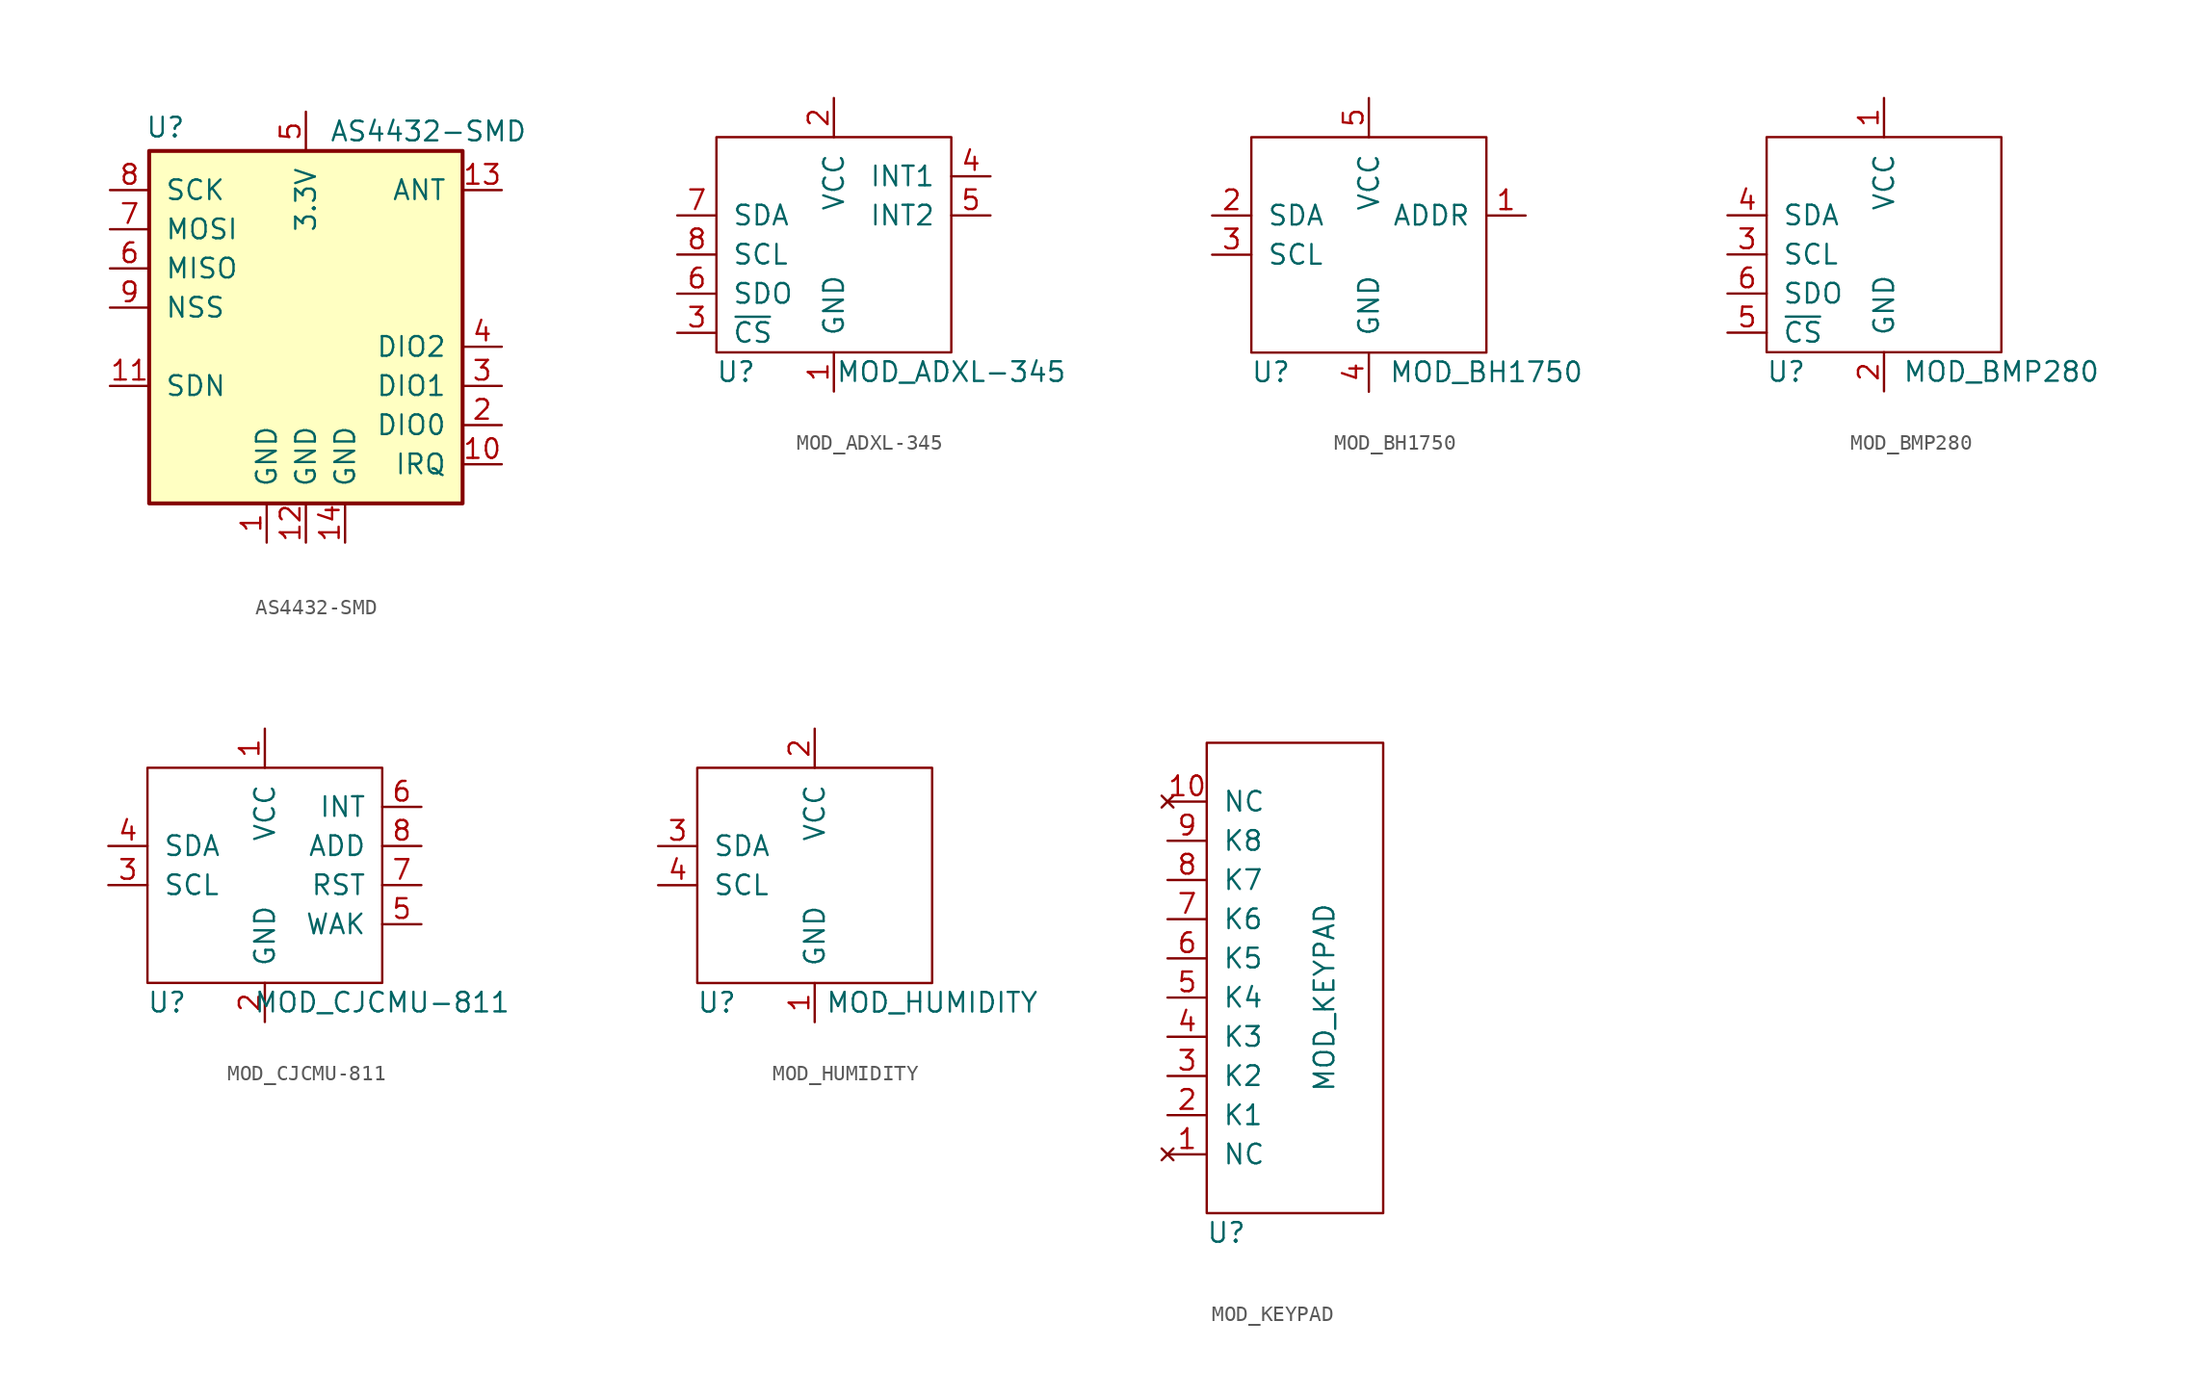
<source format=kicad_sym>
(kicad_symbol_lib
  (version 20211014)
  (generator kicad_symbol_editor)
  (symbol "AS4432-SMD"
    (pin_names
      (offset 1.016))
    (property "Reference" "U"
      (at -10.414 11.684 0)
      (effects (font (size 1.27 1.27)) (justify left)))
    (property "Value" "AS4432-SMD"
      (at 1.524 11.43 0)
      (effects (font (size 1.27 1.27)) (justify left)))
    (symbol "AS4432-SMD_0_1"
      (rectangle (start -10.16 10.16) (end 10.16 -12.7) (stroke (width 0.254) (type default) (color 0 0 0 0)) (fill (type background))))
    (symbol "AS4432-SMD_1_1"
      (pin power_in line (at -2.54 -15.24 90) (length 2.54) (name "GND" (effects (font (size 1.27 1.27)))) (number "1" (effects (font (size 1.27 1.27)))))
      (pin input line (at 12.7 -10.16 180) (length 2.54) (name "IRQ" (effects (font (size 1.27 1.27)))) (number "10" (effects (font (size 1.27 1.27)))))
      (pin bidirectional line (at -12.7 -5.08 0) (length 2.54) (name "SDN" (effects (font (size 1.27 1.27)))) (number "11" (effects (font (size 1.27 1.27)))))
      (pin power_in line (at 0 -15.24 90) (length 2.54) (name "GND" (effects (font (size 1.27 1.27)))) (number "12" (effects (font (size 1.27 1.27)))))
      (pin bidirectional line (at 12.7 7.62 180) (length 2.54) (name "ANT" (effects (font (size 1.27 1.27)))) (number "13" (effects (font (size 1.27 1.27)))))
      (pin power_in line (at 2.54 -15.24 90) (length 2.54) (name "GND" (effects (font (size 1.27 1.27)))) (number "14" (effects (font (size 1.27 1.27)))))
      (pin bidirectional line (at 12.7 -7.62 180) (length 2.54) (name "DIO0" (effects (font (size 1.27 1.27)))) (number "2" (effects (font (size 1.27 1.27)))))
      (pin bidirectional line (at 12.7 -5.08 180) (length 2.54) (name "DIO1" (effects (font (size 1.27 1.27)))) (number "3" (effects (font (size 1.27 1.27)))))
      (pin bidirectional line (at 12.7 -2.54 180) (length 2.54) (name "DIO2" (effects (font (size 1.27 1.27)))) (number "4" (effects (font (size 1.27 1.27)))))
      (pin power_in line (at 0 12.7 270) (length 2.54) (name "3.3V" (effects (font (size 1.27 1.27)))) (number "5" (effects (font (size 1.27 1.27)))))
      (pin output line (at -12.7 2.54 0) (length 2.54) (name "MISO" (effects (font (size 1.27 1.27)))) (number "6" (effects (font (size 1.27 1.27)))))
      (pin input line (at -12.7 5.08 0) (length 2.54) (name "MOSI" (effects (font (size 1.27 1.27)))) (number "7" (effects (font (size 1.27 1.27)))))
      (pin input line (at -12.7 7.62 0) (length 2.54) (name "SCK" (effects (font (size 1.27 1.27)))) (number "8" (effects (font (size 1.27 1.27)))))
      (pin input line (at -12.7 0 0) (length 2.54) (name "NSS" (effects (font (size 1.27 1.27)))) (number "9" (effects (font (size 1.27 1.27)))))))
  (symbol "MOD_ADXL-345"
    (pin_names
      (offset 1.016))
    (property "Reference" "U"
      (at -6.35 -8.89 0)
      (effects (font (size 1.27 1.27))))
    (property "Value" "MOD_ADXL-345"
      (at 7.62 -8.89 0)
      (effects (font (size 1.27 1.27))))
    (symbol "MOD_ADXL-345_0_1"
      (rectangle (start -7.62 6.35) (end 7.62 -7.62) (stroke (width 0) (type default) (color 0 0 0 0)) (fill (type none))))
    (symbol "MOD_ADXL-345_1_1"
      (pin power_in line (at 0 -10.16 90) (length 2.54) (name "GND" (effects (font (size 1.27 1.27)))) (number "1" (effects (font (size 1.27 1.27)))))
      (pin power_in line (at 0 8.89 270) (length 2.54) (name "VCC" (effects (font (size 1.27 1.27)))) (number "2" (effects (font (size 1.27 1.27)))))
      (pin bidirectional line (at -10.16 -6.35 0) (length 2.54) (name "~{CS}" (effects (font (size 1.27 1.27)))) (number "3" (effects (font (size 1.27 1.27)))))
      (pin bidirectional line (at 10.16 3.81 180) (length 2.54) (name "INT1" (effects (font (size 1.27 1.27)))) (number "4" (effects (font (size 1.27 1.27)))))
      (pin bidirectional line (at 10.16 1.27 180) (length 2.54) (name "INT2" (effects (font (size 1.27 1.27)))) (number "5" (effects (font (size 1.27 1.27)))))
      (pin bidirectional line (at -10.16 -3.81 0) (length 2.54) (name "SDO" (effects (font (size 1.27 1.27)))) (number "6" (effects (font (size 1.27 1.27)))))
      (pin bidirectional line (at -10.16 1.27 0) (length 2.54) (name "SDA" (effects (font (size 1.27 1.27)))) (number "7" (effects (font (size 1.27 1.27)))))
      (pin bidirectional line (at -10.16 -1.27 0) (length 2.54) (name "SCL" (effects (font (size 1.27 1.27)))) (number "8" (effects (font (size 1.27 1.27)))))))
  (symbol "MOD_BH1750"
    (pin_names
      (offset 1.016))
    (property "Reference" "U"
      (at -6.35 -8.89 0)
      (effects (font (size 1.27 1.27))))
    (property "Value" "MOD_BH1750"
      (at 7.62 -8.89 0)
      (effects (font (size 1.27 1.27))))
    (symbol "MOD_BH1750_0_1"
      (rectangle (start -7.62 6.35) (end 7.62 -7.62) (stroke (width 0) (type default) (color 0 0 0 0)) (fill (type none))))
    (symbol "MOD_BH1750_1_1"
      (pin input line (at 10.16 1.27 180) (length 2.54) (name "ADDR" (effects (font (size 1.27 1.27)))) (number "1" (effects (font (size 1.27 1.27)))))
      (pin bidirectional line (at -10.16 1.27 0) (length 2.54) (name "SDA" (effects (font (size 1.27 1.27)))) (number "2" (effects (font (size 1.27 1.27)))))
      (pin bidirectional line (at -10.16 -1.27 0) (length 2.54) (name "SCL" (effects (font (size 1.27 1.27)))) (number "3" (effects (font (size 1.27 1.27)))))
      (pin power_in line (at 0 -10.16 90) (length 2.54) (name "GND" (effects (font (size 1.27 1.27)))) (number "4" (effects (font (size 1.27 1.27)))))
      (pin power_in line (at 0 8.89 270) (length 2.54) (name "VCC" (effects (font (size 1.27 1.27)))) (number "5" (effects (font (size 1.27 1.27)))))))
  (symbol "MOD_BMP280"
    (pin_names
      (offset 1.016))
    (property "Reference" "U"
      (at -6.35 -8.89 0)
      (effects (font (size 1.27 1.27))))
    (property "Value" "MOD_BMP280"
      (at 7.62 -8.89 0)
      (effects (font (size 1.27 1.27))))
    (symbol "MOD_BMP280_0_1"
      (rectangle (start -7.62 6.35) (end 7.62 -7.62) (stroke (width 0) (type default) (color 0 0 0 0)) (fill (type none))))
    (symbol "MOD_BMP280_1_1"
      (pin power_in line (at 0 8.89 270) (length 2.54) (name "VCC" (effects (font (size 1.27 1.27)))) (number "1" (effects (font (size 1.27 1.27)))))
      (pin power_in line (at 0 -10.16 90) (length 2.54) (name "GND" (effects (font (size 1.27 1.27)))) (number "2" (effects (font (size 1.27 1.27)))))
      (pin bidirectional line (at -10.16 -1.27 0) (length 2.54) (name "SCL" (effects (font (size 1.27 1.27)))) (number "3" (effects (font (size 1.27 1.27)))))
      (pin bidirectional line (at -10.16 1.27 0) (length 2.54) (name "SDA" (effects (font (size 1.27 1.27)))) (number "4" (effects (font (size 1.27 1.27)))))
      (pin input line (at -10.16 -6.35 0) (length 2.54) (name "~{CS}" (effects (font (size 1.27 1.27)))) (number "5" (effects (font (size 1.27 1.27)))))
      (pin output line (at -10.16 -3.81 0) (length 2.54) (name "SDO" (effects (font (size 1.27 1.27)))) (number "6" (effects (font (size 1.27 1.27)))))))
  (symbol "MOD_CJCMU-811"
    (pin_names
      (offset 1.016))
    (property "Reference" "U"
      (at -6.35 -8.89 0)
      (effects (font (size 1.27 1.27))))
    (property "Value" "MOD_CJCMU-811"
      (at 7.62 -8.89 0)
      (effects (font (size 1.27 1.27))))
    (symbol "MOD_CJCMU-811_0_1"
      (rectangle (start -7.62 6.35) (end 7.62 -7.62) (stroke (width 0) (type default) (color 0 0 0 0)) (fill (type none))))
    (symbol "MOD_CJCMU-811_1_1"
      (pin power_in line (at 0 8.89 270) (length 2.54) (name "VCC" (effects (font (size 1.27 1.27)))) (number "1" (effects (font (size 1.27 1.27)))))
      (pin power_in line (at 0 -10.16 90) (length 2.54) (name "GND" (effects (font (size 1.27 1.27)))) (number "2" (effects (font (size 1.27 1.27)))))
      (pin bidirectional line (at -10.16 -1.27 0) (length 2.54) (name "SCL" (effects (font (size 1.27 1.27)))) (number "3" (effects (font (size 1.27 1.27)))))
      (pin bidirectional line (at -10.16 1.27 0) (length 2.54) (name "SDA" (effects (font (size 1.27 1.27)))) (number "4" (effects (font (size 1.27 1.27)))))
      (pin bidirectional line (at 10.16 -3.81 180) (length 2.54) (name "WAK" (effects (font (size 1.27 1.27)))) (number "5" (effects (font (size 1.27 1.27)))))
      (pin bidirectional line (at 10.16 3.81 180) (length 2.54) (name "INT" (effects (font (size 1.27 1.27)))) (number "6" (effects (font (size 1.27 1.27)))))
      (pin bidirectional line (at 10.16 -1.27 180) (length 2.54) (name "RST" (effects (font (size 1.27 1.27)))) (number "7" (effects (font (size 1.27 1.27)))))
      (pin bidirectional line (at 10.16 1.27 180) (length 2.54) (name "ADD" (effects (font (size 1.27 1.27)))) (number "8" (effects (font (size 1.27 1.27)))))))
  (symbol "MOD_HUMIDITY"
    (pin_names
      (offset 1.016))
    (property "Reference" "U"
      (at -6.35 -8.89 0)
      (effects (font (size 1.27 1.27))))
    (property "Value" "MOD_HUMIDITY"
      (at 7.62 -8.89 0)
      (effects (font (size 1.27 1.27))))
    (symbol "MOD_HUMIDITY_0_1"
      (rectangle (start -7.62 6.35) (end 7.62 -7.62) (stroke (width 0) (type default) (color 0 0 0 0)) (fill (type none))))
    (symbol "MOD_HUMIDITY_1_1"
      (pin power_in line (at 0 -10.16 90) (length 2.54) (name "GND" (effects (font (size 1.27 1.27)))) (number "1" (effects (font (size 1.27 1.27)))))
      (pin power_in line (at 0 8.89 270) (length 2.54) (name "VCC" (effects (font (size 1.27 1.27)))) (number "2" (effects (font (size 1.27 1.27)))))
      (pin bidirectional line (at -10.16 1.27 0) (length 2.54) (name "SDA" (effects (font (size 1.27 1.27)))) (number "3" (effects (font (size 1.27 1.27)))))
      (pin bidirectional line (at -10.16 -1.27 0) (length 2.54) (name "SCL" (effects (font (size 1.27 1.27)))) (number "4" (effects (font (size 1.27 1.27)))))))
  (symbol "MOD_KEYPAD"
    (pin_names
      (offset 1.016))
    (property "Reference" "U"
      (at -11.43 -13.97 0)
      (effects (font (size 1.27 1.27))))
    (property "Value" "MOD_KEYPAD"
      (at -5.08 1.27 90)
      (effects (font (size 1.27 1.27))))
    (symbol "MOD_KEYPAD_0_1"
      (rectangle (start -12.7 17.78) (end -1.27 -12.7) (stroke (width 0) (type default) (color 0 0 0 0)) (fill (type none))))
    (symbol "MOD_KEYPAD_1_1"
      (pin no_connect line (at -15.24 -8.89 0) (length 2.54) (name "NC" (effects (font (size 1.27 1.27)))) (number "1" (effects (font (size 1.27 1.27)))))
      (pin no_connect line (at -15.24 13.97 0) (length 2.54) (name "NC" (effects (font (size 1.27 1.27)))) (number "10" (effects (font (size 1.27 1.27)))))
      (pin bidirectional line (at -15.24 -6.35 0) (length 2.54) (name "K1" (effects (font (size 1.27 1.27)))) (number "2" (effects (font (size 1.27 1.27)))))
      (pin bidirectional line (at -15.24 -3.81 0) (length 2.54) (name "K2" (effects (font (size 1.27 1.27)))) (number "3" (effects (font (size 1.27 1.27)))))
      (pin bidirectional line (at -15.24 -1.27 0) (length 2.54) (name "K3" (effects (font (size 1.27 1.27)))) (number "4" (effects (font (size 1.27 1.27)))))
      (pin bidirectional line (at -15.24 1.27 0) (length 2.54) (name "K4" (effects (font (size 1.27 1.27)))) (number "5" (effects (font (size 1.27 1.27)))))
      (pin bidirectional line (at -15.24 3.81 0) (length 2.54) (name "K5" (effects (font (size 1.27 1.27)))) (number "6" (effects (font (size 1.27 1.27)))))
      (pin bidirectional line (at -15.24 6.35 0) (length 2.54) (name "K6" (effects (font (size 1.27 1.27)))) (number "7" (effects (font (size 1.27 1.27)))))
      (pin bidirectional line (at -15.24 8.89 0) (length 2.54) (name "K7" (effects (font (size 1.27 1.27)))) (number "8" (effects (font (size 1.27 1.27)))))
      (pin bidirectional line (at -15.24 11.43 0) (length 2.54) (name "K8" (effects (font (size 1.27 1.27)))) (number "9" (effects (font (size 1.27 1.27))))))))
</source>
